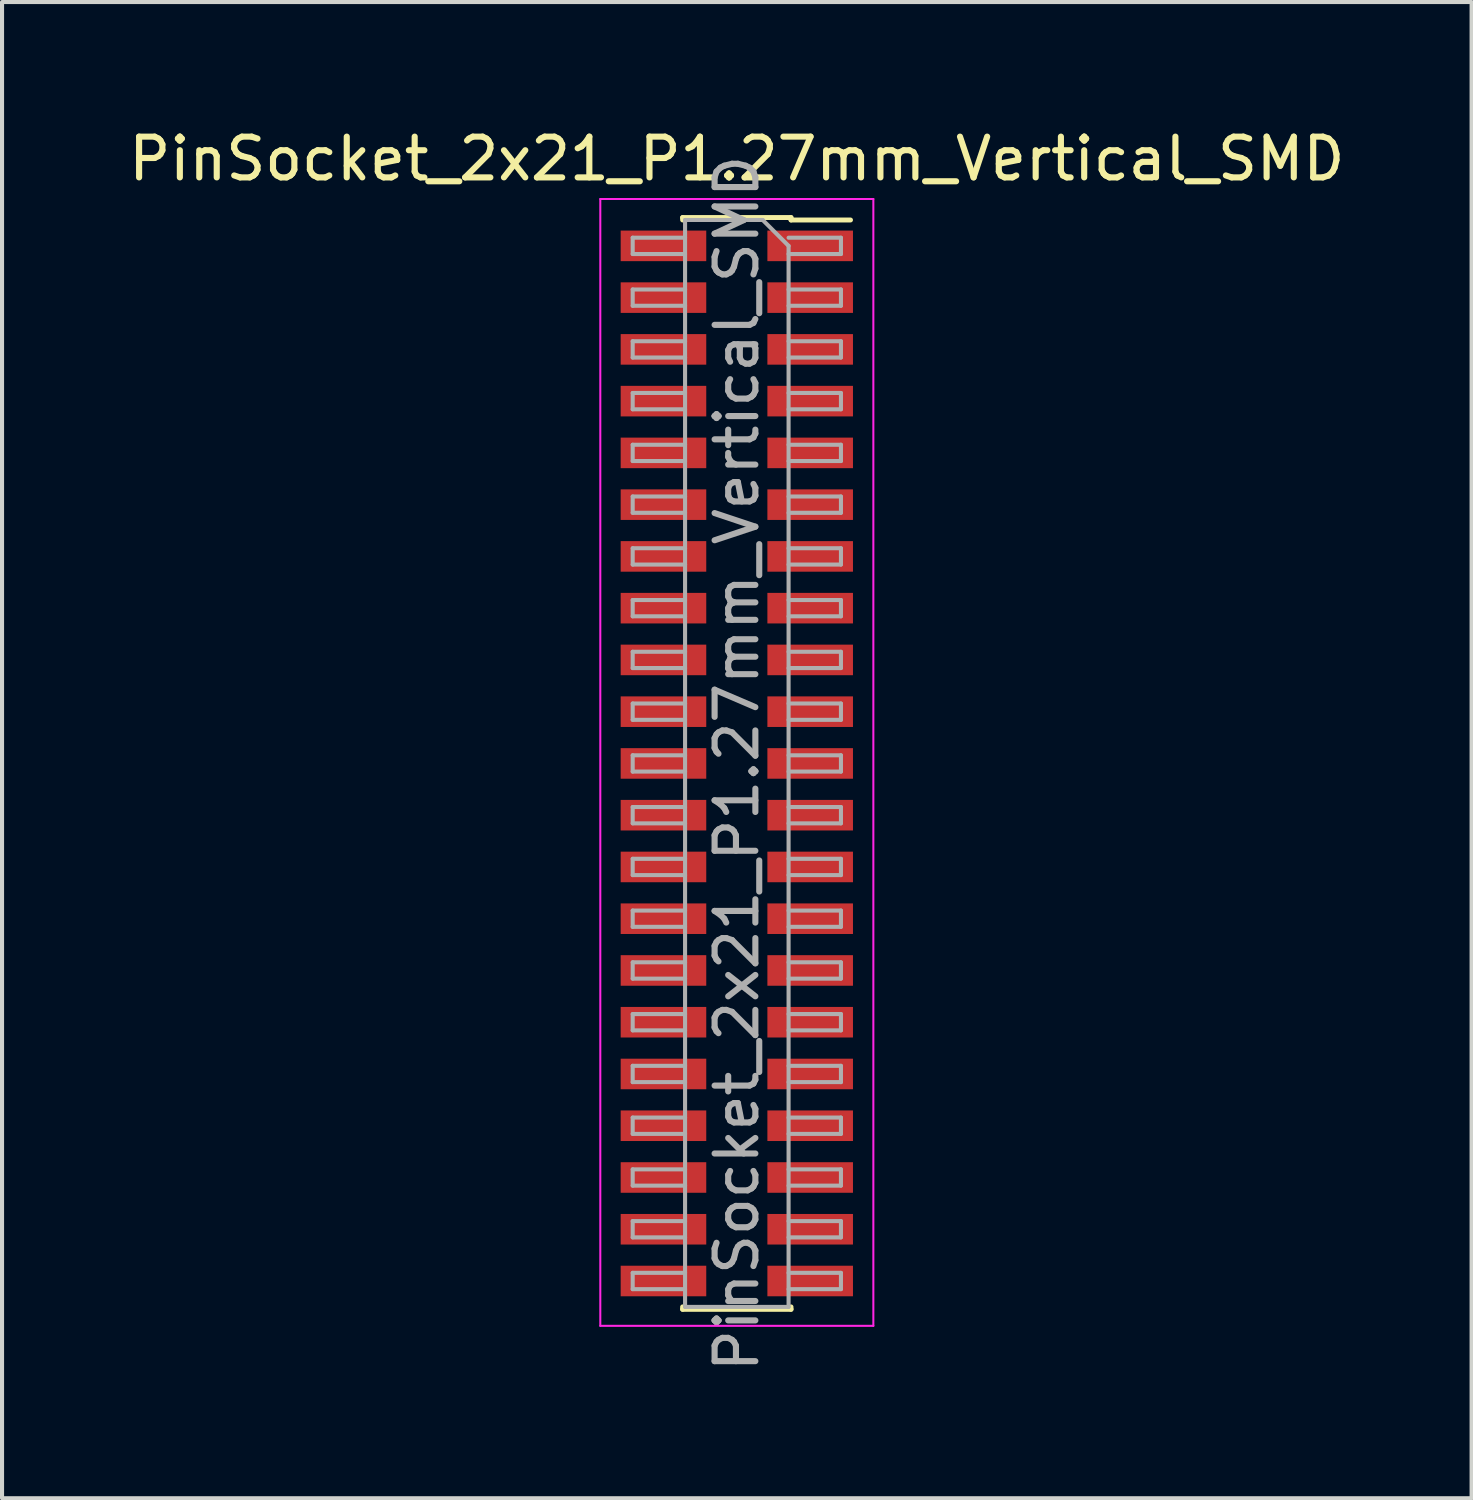
<source format=kicad_pcb>
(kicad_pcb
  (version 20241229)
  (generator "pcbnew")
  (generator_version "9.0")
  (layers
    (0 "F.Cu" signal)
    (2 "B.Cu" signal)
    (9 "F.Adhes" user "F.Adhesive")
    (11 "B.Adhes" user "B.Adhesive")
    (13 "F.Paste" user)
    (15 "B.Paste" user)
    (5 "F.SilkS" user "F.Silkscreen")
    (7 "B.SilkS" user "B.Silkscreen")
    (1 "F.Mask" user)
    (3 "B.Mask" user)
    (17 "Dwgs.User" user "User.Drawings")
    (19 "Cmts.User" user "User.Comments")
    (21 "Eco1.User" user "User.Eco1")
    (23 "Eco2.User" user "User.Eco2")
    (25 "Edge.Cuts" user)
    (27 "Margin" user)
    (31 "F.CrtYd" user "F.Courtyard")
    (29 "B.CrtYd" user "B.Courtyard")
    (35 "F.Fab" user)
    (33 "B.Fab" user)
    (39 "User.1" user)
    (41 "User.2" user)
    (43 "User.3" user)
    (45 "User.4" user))
  (footprint "PinSocket_2x21_P1.27mm_Vertical_SMD"
    (layer "F.Cu")
    (at 15.03 15.683)
    (property "Reference" "PinSocket_2x21_P1.27mm_Vertical_SMD" (at 0 -14.835 0) (layer "F.SilkS") (effects (font (size 1 1) (thickness 0.15))))
    (attr smd)
    (fp_line (start -1.33 -13.395) (end -1.33 -13.335) (stroke (width 0.12) (type solid)) (layer "F.SilkS"))
    (fp_line (start -1.33 -13.395) (end 1.33 -13.395) (stroke (width 0.12) (type solid)) (layer "F.SilkS"))
    (fp_line (start -1.33 13.335) (end -1.33 13.395) (stroke (width 0.12) (type solid)) (layer "F.SilkS"))
    (fp_line (start -1.33 13.395) (end 1.33 13.395) (stroke (width 0.12) (type solid)) (layer "F.SilkS"))
    (fp_line (start 1.33 -13.395) (end 1.33 -13.335) (stroke (width 0.12) (type solid)) (layer "F.SilkS"))
    (fp_line (start 1.33 -13.335) (end 2.79 -13.335) (stroke (width 0.12) (type solid)) (layer "F.SilkS"))
    (fp_line (start 1.33 13.335) (end 1.33 13.395) (stroke (width 0.12) (type solid)) (layer "F.SilkS"))
    (fp_line (start -3.35 -13.85) (end 3.35 -13.85) (stroke (width 0.05) (type solid)) (layer "F.CrtYd"))
    (fp_line (start -3.35 13.8) (end -3.35 -13.85) (stroke (width 0.05) (type solid)) (layer "F.CrtYd"))
    (fp_line (start 3.35 -13.85) (end 3.35 13.8) (stroke (width 0.05) (type solid)) (layer "F.CrtYd"))
    (fp_line (start 3.35 13.8) (end -3.35 13.8) (stroke (width 0.05) (type solid)) (layer "F.CrtYd"))
    (fp_line (start -2.555 -12.9) (end -1.27 -12.9) (stroke (width 0.1) (type solid)) (layer "F.Fab"))
    (fp_line (start -2.555 -12.5) (end -2.555 -12.9) (stroke (width 0.1) (type solid)) (layer "F.Fab"))
    (fp_line (start -2.555 -11.63) (end -1.27 -11.63) (stroke (width 0.1) (type solid)) (layer "F.Fab"))
    (fp_line (start -2.555 -11.23) (end -2.555 -11.63) (stroke (width 0.1) (type solid)) (layer "F.Fab"))
    (fp_line (start -2.555 -10.36) (end -1.27 -10.36) (stroke (width 0.1) (type solid)) (layer "F.Fab"))
    (fp_line (start -2.555 -9.96) (end -2.555 -10.36) (stroke (width 0.1) (type solid)) (layer "F.Fab"))
    (fp_line (start -2.555 -9.09) (end -1.27 -9.09) (stroke (width 0.1) (type solid)) (layer "F.Fab"))
    (fp_line (start -2.555 -8.69) (end -2.555 -9.09) (stroke (width 0.1) (type solid)) (layer "F.Fab"))
    (fp_line (start -2.555 -7.82) (end -1.27 -7.82) (stroke (width 0.1) (type solid)) (layer "F.Fab"))
    (fp_line (start -2.555 -7.42) (end -2.555 -7.82) (stroke (width 0.1) (type solid)) (layer "F.Fab"))
    (fp_line (start -2.555 -6.55) (end -1.27 -6.55) (stroke (width 0.1) (type solid)) (layer "F.Fab"))
    (fp_line (start -2.555 -6.15) (end -2.555 -6.55) (stroke (width 0.1) (type solid)) (layer "F.Fab"))
    (fp_line (start -2.555 -5.28) (end -1.27 -5.28) (stroke (width 0.1) (type solid)) (layer "F.Fab"))
    (fp_line (start -2.555 -4.88) (end -2.555 -5.28) (stroke (width 0.1) (type solid)) (layer "F.Fab"))
    (fp_line (start -2.555 -4.01) (end -1.27 -4.01) (stroke (width 0.1) (type solid)) (layer "F.Fab"))
    (fp_line (start -2.555 -3.61) (end -2.555 -4.01) (stroke (width 0.1) (type solid)) (layer "F.Fab"))
    (fp_line (start -2.555 -2.74) (end -1.27 -2.74) (stroke (width 0.1) (type solid)) (layer "F.Fab"))
    (fp_line (start -2.555 -2.34) (end -2.555 -2.74) (stroke (width 0.1) (type solid)) (layer "F.Fab"))
    (fp_line (start -2.555 -1.47) (end -1.27 -1.47) (stroke (width 0.1) (type solid)) (layer "F.Fab"))
    (fp_line (start -2.555 -1.07) (end -2.555 -1.47) (stroke (width 0.1) (type solid)) (layer "F.Fab"))
    (fp_line (start -2.555 -0.2) (end -1.27 -0.2) (stroke (width 0.1) (type solid)) (layer "F.Fab"))
    (fp_line (start -2.555 0.2) (end -2.555 -0.2) (stroke (width 0.1) (type solid)) (layer "F.Fab"))
    (fp_line (start -2.555 1.07) (end -1.27 1.07) (stroke (width 0.1) (type solid)) (layer "F.Fab"))
    (fp_line (start -2.555 1.47) (end -2.555 1.07) (stroke (width 0.1) (type solid)) (layer "F.Fab"))
    (fp_line (start -2.555 2.34) (end -1.27 2.34) (stroke (width 0.1) (type solid)) (layer "F.Fab"))
    (fp_line (start -2.555 2.74) (end -2.555 2.34) (stroke (width 0.1) (type solid)) (layer "F.Fab"))
    (fp_line (start -2.555 3.61) (end -1.27 3.61) (stroke (width 0.1) (type solid)) (layer "F.Fab"))
    (fp_line (start -2.555 4.01) (end -2.555 3.61) (stroke (width 0.1) (type solid)) (layer "F.Fab"))
    (fp_line (start -2.555 4.88) (end -1.27 4.88) (stroke (width 0.1) (type solid)) (layer "F.Fab"))
    (fp_line (start -2.555 5.28) (end -2.555 4.88) (stroke (width 0.1) (type solid)) (layer "F.Fab"))
    (fp_line (start -2.555 6.15) (end -1.27 6.15) (stroke (width 0.1) (type solid)) (layer "F.Fab"))
    (fp_line (start -2.555 6.55) (end -2.555 6.15) (stroke (width 0.1) (type solid)) (layer "F.Fab"))
    (fp_line (start -2.555 7.42) (end -1.27 7.42) (stroke (width 0.1) (type solid)) (layer "F.Fab"))
    (fp_line (start -2.555 7.82) (end -2.555 7.42) (stroke (width 0.1) (type solid)) (layer "F.Fab"))
    (fp_line (start -2.555 8.69) (end -1.27 8.69) (stroke (width 0.1) (type solid)) (layer "F.Fab"))
    (fp_line (start -2.555 9.09) (end -2.555 8.69) (stroke (width 0.1) (type solid)) (layer "F.Fab"))
    (fp_line (start -2.555 9.96) (end -1.27 9.96) (stroke (width 0.1) (type solid)) (layer "F.Fab"))
    (fp_line (start -2.555 10.36) (end -2.555 9.96) (stroke (width 0.1) (type solid)) (layer "F.Fab"))
    (fp_line (start -2.555 11.23) (end -1.27 11.23) (stroke (width 0.1) (type solid)) (layer "F.Fab"))
    (fp_line (start -2.555 11.63) (end -2.555 11.23) (stroke (width 0.1) (type solid)) (layer "F.Fab"))
    (fp_line (start -2.555 12.5) (end -1.27 12.5) (stroke (width 0.1) (type solid)) (layer "F.Fab"))
    (fp_line (start -2.555 12.9) (end -2.555 12.5) (stroke (width 0.1) (type solid)) (layer "F.Fab"))
    (fp_line (start -1.27 -13.335) (end 0.635 -13.335) (stroke (width 0.1) (type solid)) (layer "F.Fab"))
    (fp_line (start -1.27 -12.5) (end -2.555 -12.5) (stroke (width 0.1) (type solid)) (layer "F.Fab"))
    (fp_line (start -1.27 -11.23) (end -2.555 -11.23) (stroke (width 0.1) (type solid)) (layer "F.Fab"))
    (fp_line (start -1.27 -9.96) (end -2.555 -9.96) (stroke (width 0.1) (type solid)) (layer "F.Fab"))
    (fp_line (start -1.27 -8.69) (end -2.555 -8.69) (stroke (width 0.1) (type solid)) (layer "F.Fab"))
    (fp_line (start -1.27 -7.42) (end -2.555 -7.42) (stroke (width 0.1) (type solid)) (layer "F.Fab"))
    (fp_line (start -1.27 -6.15) (end -2.555 -6.15) (stroke (width 0.1) (type solid)) (layer "F.Fab"))
    (fp_line (start -1.27 -4.88) (end -2.555 -4.88) (stroke (width 0.1) (type solid)) (layer "F.Fab"))
    (fp_line (start -1.27 -3.61) (end -2.555 -3.61) (stroke (width 0.1) (type solid)) (layer "F.Fab"))
    (fp_line (start -1.27 -2.34) (end -2.555 -2.34) (stroke (width 0.1) (type solid)) (layer "F.Fab"))
    (fp_line (start -1.27 -1.07) (end -2.555 -1.07) (stroke (width 0.1) (type solid)) (layer "F.Fab"))
    (fp_line (start -1.27 0.2) (end -2.555 0.2) (stroke (width 0.1) (type solid)) (layer "F.Fab"))
    (fp_line (start -1.27 1.47) (end -2.555 1.47) (stroke (width 0.1) (type solid)) (layer "F.Fab"))
    (fp_line (start -1.27 2.74) (end -2.555 2.74) (stroke (width 0.1) (type solid)) (layer "F.Fab"))
    (fp_line (start -1.27 4.01) (end -2.555 4.01) (stroke (width 0.1) (type solid)) (layer "F.Fab"))
    (fp_line (start -1.27 5.28) (end -2.555 5.28) (stroke (width 0.1) (type solid)) (layer "F.Fab"))
    (fp_line (start -1.27 6.55) (end -2.555 6.55) (stroke (width 0.1) (type solid)) (layer "F.Fab"))
    (fp_line (start -1.27 7.82) (end -2.555 7.82) (stroke (width 0.1) (type solid)) (layer "F.Fab"))
    (fp_line (start -1.27 9.09) (end -2.555 9.09) (stroke (width 0.1) (type solid)) (layer "F.Fab"))
    (fp_line (start -1.27 10.36) (end -2.555 10.36) (stroke (width 0.1) (type solid)) (layer "F.Fab"))
    (fp_line (start -1.27 11.63) (end -2.555 11.63) (stroke (width 0.1) (type solid)) (layer "F.Fab"))
    (fp_line (start -1.27 12.9) (end -2.555 12.9) (stroke (width 0.1) (type solid)) (layer "F.Fab"))
    (fp_line (start -1.27 13.335) (end -1.27 -13.335) (stroke (width 0.1) (type solid)) (layer "F.Fab"))
    (fp_line (start 0.635 -13.335) (end 1.27 -12.7) (stroke (width 0.1) (type solid)) (layer "F.Fab"))
    (fp_line (start 1.27 -12.9) (end 2.555 -12.9) (stroke (width 0.1) (type solid)) (layer "F.Fab"))
    (fp_line (start 1.27 -12.7) (end 1.27 13.335) (stroke (width 0.1) (type solid)) (layer "F.Fab"))
    (fp_line (start 1.27 -11.63) (end 2.555 -11.63) (stroke (width 0.1) (type solid)) (layer "F.Fab"))
    (fp_line (start 1.27 -10.36) (end 2.555 -10.36) (stroke (width 0.1) (type solid)) (layer "F.Fab"))
    (fp_line (start 1.27 -9.09) (end 2.555 -9.09) (stroke (width 0.1) (type solid)) (layer "F.Fab"))
    (fp_line (start 1.27 -7.82) (end 2.555 -7.82) (stroke (width 0.1) (type solid)) (layer "F.Fab"))
    (fp_line (start 1.27 -6.55) (end 2.555 -6.55) (stroke (width 0.1) (type solid)) (layer "F.Fab"))
    (fp_line (start 1.27 -5.28) (end 2.555 -5.28) (stroke (width 0.1) (type solid)) (layer "F.Fab"))
    (fp_line (start 1.27 -4.01) (end 2.555 -4.01) (stroke (width 0.1) (type solid)) (layer "F.Fab"))
    (fp_line (start 1.27 -2.74) (end 2.555 -2.74) (stroke (width 0.1) (type solid)) (layer "F.Fab"))
    (fp_line (start 1.27 -1.47) (end 2.555 -1.47) (stroke (width 0.1) (type solid)) (layer "F.Fab"))
    (fp_line (start 1.27 -0.2) (end 2.555 -0.2) (stroke (width 0.1) (type solid)) (layer "F.Fab"))
    (fp_line (start 1.27 1.07) (end 2.555 1.07) (stroke (width 0.1) (type solid)) (layer "F.Fab"))
    (fp_line (start 1.27 2.34) (end 2.555 2.34) (stroke (width 0.1) (type solid)) (layer "F.Fab"))
    (fp_line (start 1.27 3.61) (end 2.555 3.61) (stroke (width 0.1) (type solid)) (layer "F.Fab"))
    (fp_line (start 1.27 4.88) (end 2.555 4.88) (stroke (width 0.1) (type solid)) (layer "F.Fab"))
    (fp_line (start 1.27 6.15) (end 2.555 6.15) (stroke (width 0.1) (type solid)) (layer "F.Fab"))
    (fp_line (start 1.27 7.42) (end 2.555 7.42) (stroke (width 0.1) (type solid)) (layer "F.Fab"))
    (fp_line (start 1.27 8.69) (end 2.555 8.69) (stroke (width 0.1) (type solid)) (layer "F.Fab"))
    (fp_line (start 1.27 9.96) (end 2.555 9.96) (stroke (width 0.1) (type solid)) (layer "F.Fab"))
    (fp_line (start 1.27 11.23) (end 2.555 11.23) (stroke (width 0.1) (type solid)) (layer "F.Fab"))
    (fp_line (start 1.27 12.5) (end 2.555 12.5) (stroke (width 0.1) (type solid)) (layer "F.Fab"))
    (fp_line (start 1.27 13.335) (end -1.27 13.335) (stroke (width 0.1) (type solid)) (layer "F.Fab"))
    (fp_line (start 2.555 -12.9) (end 2.555 -12.5) (stroke (width 0.1) (type solid)) (layer "F.Fab"))
    (fp_line (start 2.555 -12.5) (end 1.27 -12.5) (stroke (width 0.1) (type solid)) (layer "F.Fab"))
    (fp_line (start 2.555 -11.63) (end 2.555 -11.23) (stroke (width 0.1) (type solid)) (layer "F.Fab"))
    (fp_line (start 2.555 -11.23) (end 1.27 -11.23) (stroke (width 0.1) (type solid)) (layer "F.Fab"))
    (fp_line (start 2.555 -10.36) (end 2.555 -9.96) (stroke (width 0.1) (type solid)) (layer "F.Fab"))
    (fp_line (start 2.555 -9.96) (end 1.27 -9.96) (stroke (width 0.1) (type solid)) (layer "F.Fab"))
    (fp_line (start 2.555 -9.09) (end 2.555 -8.69) (stroke (width 0.1) (type solid)) (layer "F.Fab"))
    (fp_line (start 2.555 -8.69) (end 1.27 -8.69) (stroke (width 0.1) (type solid)) (layer "F.Fab"))
    (fp_line (start 2.555 -7.82) (end 2.555 -7.42) (stroke (width 0.1) (type solid)) (layer "F.Fab"))
    (fp_line (start 2.555 -7.42) (end 1.27 -7.42) (stroke (width 0.1) (type solid)) (layer "F.Fab"))
    (fp_line (start 2.555 -6.55) (end 2.555 -6.15) (stroke (width 0.1) (type solid)) (layer "F.Fab"))
    (fp_line (start 2.555 -6.15) (end 1.27 -6.15) (stroke (width 0.1) (type solid)) (layer "F.Fab"))
    (fp_line (start 2.555 -5.28) (end 2.555 -4.88) (stroke (width 0.1) (type solid)) (layer "F.Fab"))
    (fp_line (start 2.555 -4.88) (end 1.27 -4.88) (stroke (width 0.1) (type solid)) (layer "F.Fab"))
    (fp_line (start 2.555 -4.01) (end 2.555 -3.61) (stroke (width 0.1) (type solid)) (layer "F.Fab"))
    (fp_line (start 2.555 -3.61) (end 1.27 -3.61) (stroke (width 0.1) (type solid)) (layer "F.Fab"))
    (fp_line (start 2.555 -2.74) (end 2.555 -2.34) (stroke (width 0.1) (type solid)) (layer "F.Fab"))
    (fp_line (start 2.555 -2.34) (end 1.27 -2.34) (stroke (width 0.1) (type solid)) (layer "F.Fab"))
    (fp_line (start 2.555 -1.47) (end 2.555 -1.07) (stroke (width 0.1) (type solid)) (layer "F.Fab"))
    (fp_line (start 2.555 -1.07) (end 1.27 -1.07) (stroke (width 0.1) (type solid)) (layer "F.Fab"))
    (fp_line (start 2.555 -0.2) (end 2.555 0.2) (stroke (width 0.1) (type solid)) (layer "F.Fab"))
    (fp_line (start 2.555 0.2) (end 1.27 0.2) (stroke (width 0.1) (type solid)) (layer "F.Fab"))
    (fp_line (start 2.555 1.07) (end 2.555 1.47) (stroke (width 0.1) (type solid)) (layer "F.Fab"))
    (fp_line (start 2.555 1.47) (end 1.27 1.47) (stroke (width 0.1) (type solid)) (layer "F.Fab"))
    (fp_line (start 2.555 2.34) (end 2.555 2.74) (stroke (width 0.1) (type solid)) (layer "F.Fab"))
    (fp_line (start 2.555 2.74) (end 1.27 2.74) (stroke (width 0.1) (type solid)) (layer "F.Fab"))
    (fp_line (start 2.555 3.61) (end 2.555 4.01) (stroke (width 0.1) (type solid)) (layer "F.Fab"))
    (fp_line (start 2.555 4.01) (end 1.27 4.01) (stroke (width 0.1) (type solid)) (layer "F.Fab"))
    (fp_line (start 2.555 4.88) (end 2.555 5.28) (stroke (width 0.1) (type solid)) (layer "F.Fab"))
    (fp_line (start 2.555 5.28) (end 1.27 5.28) (stroke (width 0.1) (type solid)) (layer "F.Fab"))
    (fp_line (start 2.555 6.15) (end 2.555 6.55) (stroke (width 0.1) (type solid)) (layer "F.Fab"))
    (fp_line (start 2.555 6.55) (end 1.27 6.55) (stroke (width 0.1) (type solid)) (layer "F.Fab"))
    (fp_line (start 2.555 7.42) (end 2.555 7.82) (stroke (width 0.1) (type solid)) (layer "F.Fab"))
    (fp_line (start 2.555 7.82) (end 1.27 7.82) (stroke (width 0.1) (type solid)) (layer "F.Fab"))
    (fp_line (start 2.555 8.69) (end 2.555 9.09) (stroke (width 0.1) (type solid)) (layer "F.Fab"))
    (fp_line (start 2.555 9.09) (end 1.27 9.09) (stroke (width 0.1) (type solid)) (layer "F.Fab"))
    (fp_line (start 2.555 9.96) (end 2.555 10.36) (stroke (width 0.1) (type solid)) (layer "F.Fab"))
    (fp_line (start 2.555 10.36) (end 1.27 10.36) (stroke (width 0.1) (type solid)) (layer "F.Fab"))
    (fp_line (start 2.555 11.23) (end 2.555 11.63) (stroke (width 0.1) (type solid)) (layer "F.Fab"))
    (fp_line (start 2.555 11.63) (end 1.27 11.63) (stroke (width 0.1) (type solid)) (layer "F.Fab"))
    (fp_line (start 2.555 12.5) (end 2.555 12.9) (stroke (width 0.1) (type solid)) (layer "F.Fab"))
    (fp_line (start 2.555 12.9) (end 1.27 12.9) (stroke (width 0.1) (type solid)) (layer "F.Fab"))
    (fp_text user "${REFERENCE}" (at 0 0 90) (layer "F.Fab") (effects (font (size 1 1) (thickness 0.15))))
    (pad "1" smd rect (at 1.8 -12.7) (size 2.1 0.75) (layers "F.Cu" "F.Mask" "F.Paste"))
    (pad "2" smd rect (at -1.8 -12.7) (size 2.1 0.75) (layers "F.Cu" "F.Mask" "F.Paste"))
    (pad "3" smd rect (at 1.8 -11.43) (size 2.1 0.75) (layers "F.Cu" "F.Mask" "F.Paste"))
    (pad "4" smd rect (at -1.8 -11.43) (size 2.1 0.75) (layers "F.Cu" "F.Mask" "F.Paste"))
    (pad "5" smd rect (at 1.8 -10.16) (size 2.1 0.75) (layers "F.Cu" "F.Mask" "F.Paste"))
    (pad "6" smd rect (at -1.8 -10.16) (size 2.1 0.75) (layers "F.Cu" "F.Mask" "F.Paste"))
    (pad "7" smd rect (at 1.8 -8.89) (size 2.1 0.75) (layers "F.Cu" "F.Mask" "F.Paste"))
    (pad "8" smd rect (at -1.8 -8.89) (size 2.1 0.75) (layers "F.Cu" "F.Mask" "F.Paste"))
    (pad "9" smd rect (at 1.8 -7.62) (size 2.1 0.75) (layers "F.Cu" "F.Mask" "F.Paste"))
    (pad "10" smd rect (at -1.8 -7.62) (size 2.1 0.75) (layers "F.Cu" "F.Mask" "F.Paste"))
    (pad "11" smd rect (at 1.8 -6.35) (size 2.1 0.75) (layers "F.Cu" "F.Mask" "F.Paste"))
    (pad "12" smd rect (at -1.8 -6.35) (size 2.1 0.75) (layers "F.Cu" "F.Mask" "F.Paste"))
    (pad "13" smd rect (at 1.8 -5.08) (size 2.1 0.75) (layers "F.Cu" "F.Mask" "F.Paste"))
    (pad "14" smd rect (at -1.8 -5.08) (size 2.1 0.75) (layers "F.Cu" "F.Mask" "F.Paste"))
    (pad "15" smd rect (at 1.8 -3.81) (size 2.1 0.75) (layers "F.Cu" "F.Mask" "F.Paste"))
    (pad "16" smd rect (at -1.8 -3.81) (size 2.1 0.75) (layers "F.Cu" "F.Mask" "F.Paste"))
    (pad "17" smd rect (at 1.8 -2.54) (size 2.1 0.75) (layers "F.Cu" "F.Mask" "F.Paste"))
    (pad "18" smd rect (at -1.8 -2.54) (size 2.1 0.75) (layers "F.Cu" "F.Mask" "F.Paste"))
    (pad "19" smd rect (at 1.8 -1.27) (size 2.1 0.75) (layers "F.Cu" "F.Mask" "F.Paste"))
    (pad "20" smd rect (at -1.8 -1.27) (size 2.1 0.75) (layers "F.Cu" "F.Mask" "F.Paste"))
    (pad "21" smd rect (at 1.8 0) (size 2.1 0.75) (layers "F.Cu" "F.Mask" "F.Paste"))
    (pad "22" smd rect (at -1.8 0) (size 2.1 0.75) (layers "F.Cu" "F.Mask" "F.Paste"))
    (pad "23" smd rect (at 1.8 1.27) (size 2.1 0.75) (layers "F.Cu" "F.Mask" "F.Paste"))
    (pad "24" smd rect (at -1.8 1.27) (size 2.1 0.75) (layers "F.Cu" "F.Mask" "F.Paste"))
    (pad "25" smd rect (at 1.8 2.54) (size 2.1 0.75) (layers "F.Cu" "F.Mask" "F.Paste"))
    (pad "26" smd rect (at -1.8 2.54) (size 2.1 0.75) (layers "F.Cu" "F.Mask" "F.Paste"))
    (pad "27" smd rect (at 1.8 3.81) (size 2.1 0.75) (layers "F.Cu" "F.Mask" "F.Paste"))
    (pad "28" smd rect (at -1.8 3.81) (size 2.1 0.75) (layers "F.Cu" "F.Mask" "F.Paste"))
    (pad "29" smd rect (at 1.8 5.08) (size 2.1 0.75) (layers "F.Cu" "F.Mask" "F.Paste"))
    (pad "30" smd rect (at -1.8 5.08) (size 2.1 0.75) (layers "F.Cu" "F.Mask" "F.Paste"))
    (pad "31" smd rect (at 1.8 6.35) (size 2.1 0.75) (layers "F.Cu" "F.Mask" "F.Paste"))
    (pad "32" smd rect (at -1.8 6.35) (size 2.1 0.75) (layers "F.Cu" "F.Mask" "F.Paste"))
    (pad "33" smd rect (at 1.8 7.62) (size 2.1 0.75) (layers "F.Cu" "F.Mask" "F.Paste"))
    (pad "34" smd rect (at -1.8 7.62) (size 2.1 0.75) (layers "F.Cu" "F.Mask" "F.Paste"))
    (pad "35" smd rect (at 1.8 8.89) (size 2.1 0.75) (layers "F.Cu" "F.Mask" "F.Paste"))
    (pad "36" smd rect (at -1.8 8.89) (size 2.1 0.75) (layers "F.Cu" "F.Mask" "F.Paste"))
    (pad "37" smd rect (at 1.8 10.16) (size 2.1 0.75) (layers "F.Cu" "F.Mask" "F.Paste"))
    (pad "38" smd rect (at -1.8 10.16) (size 2.1 0.75) (layers "F.Cu" "F.Mask" "F.Paste"))
    (pad "39" smd rect (at 1.8 11.43) (size 2.1 0.75) (layers "F.Cu" "F.Mask" "F.Paste"))
    (pad "40" smd rect (at -1.8 11.43) (size 2.1 0.75) (layers "F.Cu" "F.Mask" "F.Paste"))
    (pad "41" smd rect (at 1.8 12.7) (size 2.1 0.75) (layers "F.Cu" "F.Mask" "F.Paste"))
    (pad "42" smd rect (at -1.8 12.7) (size 2.1 0.75) (layers "F.Cu" "F.Mask" "F.Paste")))
  (gr_rect
    (start -3 -3)
    (end 33.06 33.713)
    (stroke (width 0.1) (type default))
    (fill no)
    (layer "Edge.Cuts")))
</source>
